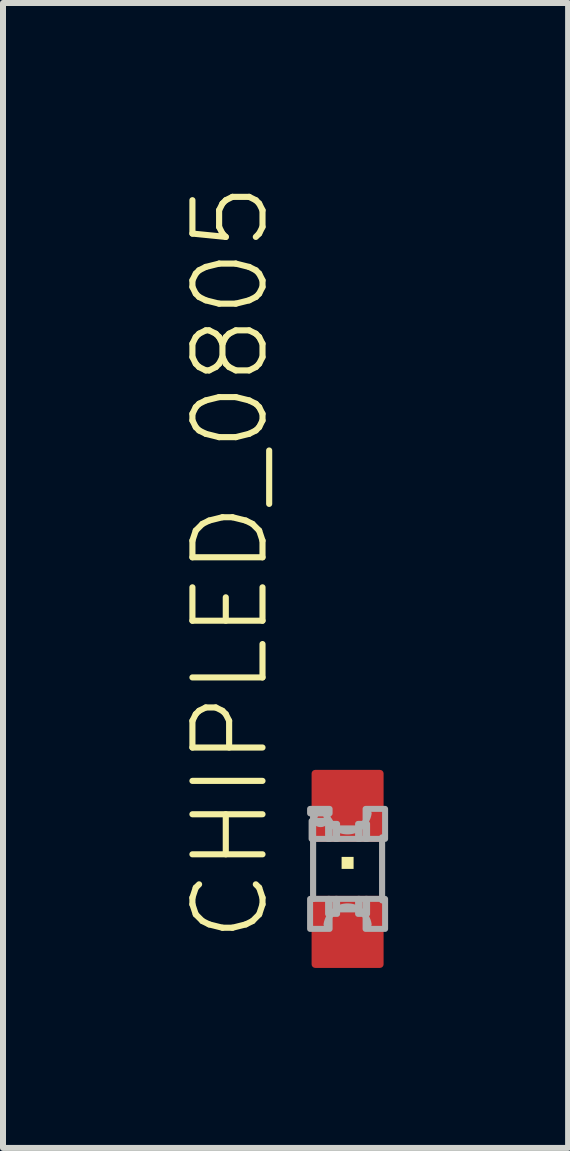
<source format=kicad_pcb>
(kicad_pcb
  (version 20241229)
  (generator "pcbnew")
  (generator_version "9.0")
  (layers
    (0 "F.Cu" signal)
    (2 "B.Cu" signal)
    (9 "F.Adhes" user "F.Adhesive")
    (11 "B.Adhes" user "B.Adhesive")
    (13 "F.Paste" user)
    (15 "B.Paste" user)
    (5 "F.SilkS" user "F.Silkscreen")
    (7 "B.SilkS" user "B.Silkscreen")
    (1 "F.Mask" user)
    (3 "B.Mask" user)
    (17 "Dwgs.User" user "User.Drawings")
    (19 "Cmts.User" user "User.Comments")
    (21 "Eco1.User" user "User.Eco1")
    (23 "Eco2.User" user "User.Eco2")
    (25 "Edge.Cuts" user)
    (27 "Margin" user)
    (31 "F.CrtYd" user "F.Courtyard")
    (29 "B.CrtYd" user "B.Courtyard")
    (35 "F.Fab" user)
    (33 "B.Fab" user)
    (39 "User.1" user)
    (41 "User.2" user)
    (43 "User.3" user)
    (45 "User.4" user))
  (footprint "CHIPLED_0805"
    (layer "F.Cu")
    (at 2.743 11.431)
    (property "Reference" "CHIPLED_0805" (at -1.27 1.27 90) (unlocked yes) (layer "F.SilkS") (effects (font (size 1.168 1.168) (thickness 0.102)) (justify left bottom)))
    (fp_poly (pts (xy -0.1 0) (xy 0.1 0) (xy 0.1 -0.2) (xy -0.1 -0.2)) (stroke (width 0) (type default)) (fill yes) (layer "F.SilkS"))
    (fp_line (start -0.575 0.5) (end -0.575 -0.925) (stroke (width 0.102) (type solid)) (layer "F.Fab"))
    (fp_line (start 0.575 -0.525) (end 0.575 0.525) (stroke (width 0.102) (type solid)) (layer "F.Fab"))
    (fp_arc (start -0.35 0.925) (mid -0.000001 0.625027) (end 0.35 0.924998) (stroke (width 0.1016) (type solid)) (layer "F.Fab"))
    (fp_arc (start 0.35 -0.924998) (mid -0.000001 -0.625027) (end -0.35 -0.925) (stroke (width 0.1016) (type solid)) (layer "F.Fab"))
    (fp_circle (center -0.45 -0.85) (end -0.347 -0.85) (stroke (width 0.102) (type solid)) (fill no) (layer "F.Fab"))
    (fp_poly (pts (xy -0.625 -0.925) (xy -0.3 -0.925) (xy -0.3 -1) (xy -0.625 -1)) (stroke (width 0.1) (type default)) (fill no) (layer "F.Fab"))
    (fp_poly (pts (xy -0.625 1) (xy -0.3 1) (xy -0.3 0.5) (xy -0.625 0.5)) (stroke (width 0.1) (type default)) (fill no) (layer "F.Fab"))
    (fp_poly (pts (xy -0.6 -0.5) (xy -0.3 -0.5) (xy -0.3 -0.8) (xy -0.6 -0.8)) (stroke (width 0.1) (type default)) (fill no) (layer "F.Fab"))
    (fp_poly (pts (xy -0.325 -0.5) (xy -0.175 -0.5) (xy -0.175 -0.75) (xy -0.325 -0.75)) (stroke (width 0.1) (type default)) (fill no) (layer "F.Fab"))
    (fp_poly (pts (xy -0.325 0.75) (xy -0.175 0.75) (xy -0.175 0.5) (xy -0.325 0.5)) (stroke (width 0.1) (type default)) (fill no) (layer "F.Fab"))
    (fp_poly (pts (xy -0.2 -0.5) (xy 0.2 -0.5) (xy 0.2 -0.675) (xy -0.2 -0.675)) (stroke (width 0.1) (type default)) (fill no) (layer "F.Fab"))
    (fp_poly (pts (xy -0.2 0.675) (xy 0.2 0.675) (xy 0.2 0.5) (xy -0.2 0.5)) (stroke (width 0.1) (type default)) (fill no) (layer "F.Fab"))
    (fp_poly (pts (xy 0.175 -0.5) (xy 0.325 -0.5) (xy 0.325 -0.75) (xy 0.175 -0.75)) (stroke (width 0.1) (type default)) (fill no) (layer "F.Fab"))
    (fp_poly (pts (xy 0.175 0.75) (xy 0.325 0.75) (xy 0.325 0.5) (xy 0.175 0.5)) (stroke (width 0.1) (type default)) (fill no) (layer "F.Fab"))
    (fp_poly (pts (xy 0.3 -0.5) (xy 0.625 -0.5) (xy 0.625 -1) (xy 0.3 -1)) (stroke (width 0.1) (type default)) (fill no) (layer "F.Fab"))
    (fp_poly (pts (xy 0.3 1) (xy 0.625 1) (xy 0.625 0.5) (xy 0.3 0.5)) (stroke (width 0.1) (type default)) (fill no) (layer "F.Fab"))
    (pad "A" smd roundrect (at 0 1.05) (size 1.2 1.2) (layers "F.Cu" "F.Mask" "F.Paste") (roundrect_rratio 0.05))
    (pad "C" smd roundrect (at 0 -1.05) (size 1.2 1.2) (layers "F.Cu" "F.Mask" "F.Paste") (roundrect_rratio 0.05)))
  (gr_rect
    (start -3 -3)
    (end 6.418 16.081)
    (stroke (width 0.1) (type default))
    (fill no)
    (layer "Edge.Cuts")))
</source>
